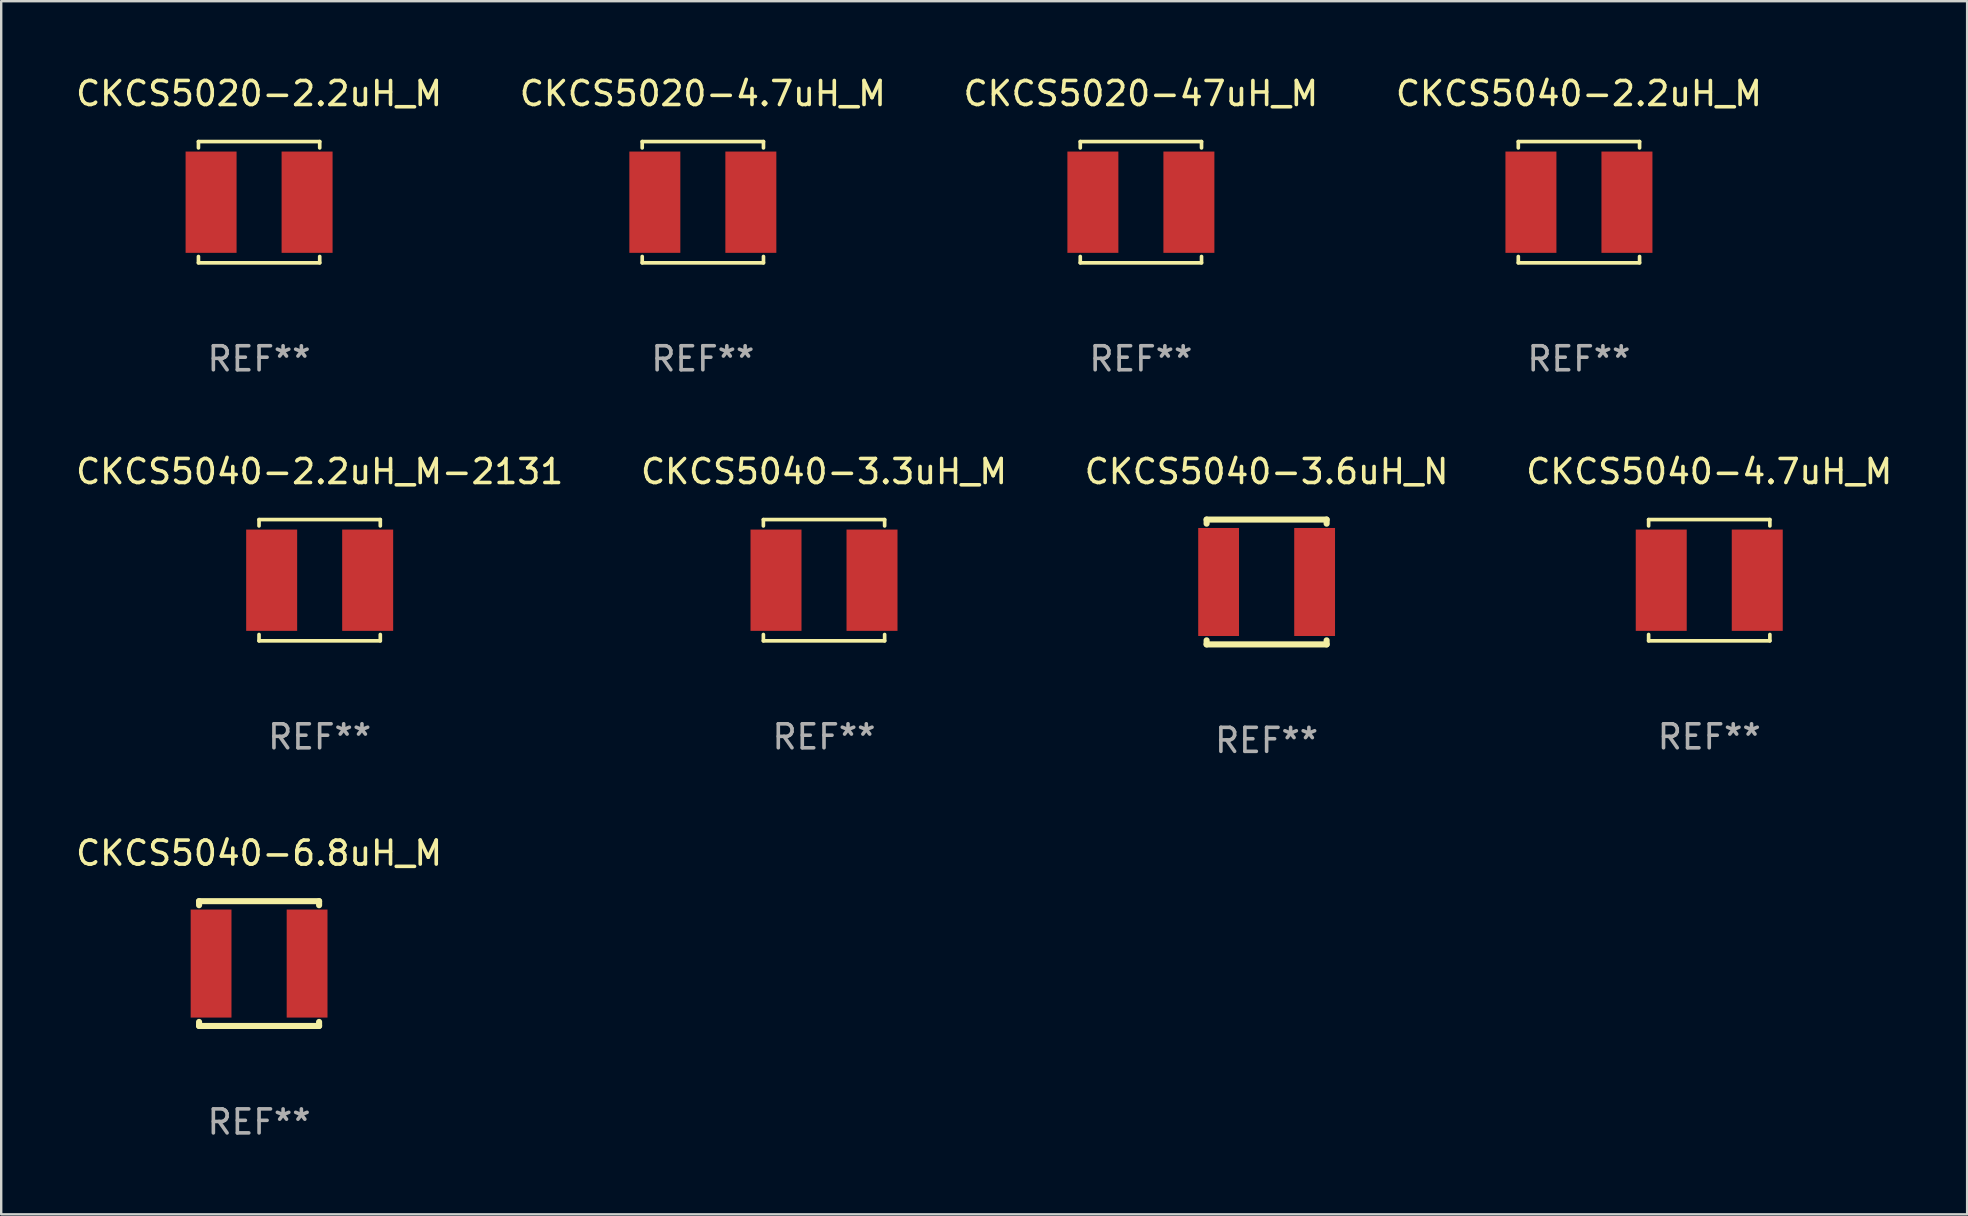
<source format=kicad_pcb>
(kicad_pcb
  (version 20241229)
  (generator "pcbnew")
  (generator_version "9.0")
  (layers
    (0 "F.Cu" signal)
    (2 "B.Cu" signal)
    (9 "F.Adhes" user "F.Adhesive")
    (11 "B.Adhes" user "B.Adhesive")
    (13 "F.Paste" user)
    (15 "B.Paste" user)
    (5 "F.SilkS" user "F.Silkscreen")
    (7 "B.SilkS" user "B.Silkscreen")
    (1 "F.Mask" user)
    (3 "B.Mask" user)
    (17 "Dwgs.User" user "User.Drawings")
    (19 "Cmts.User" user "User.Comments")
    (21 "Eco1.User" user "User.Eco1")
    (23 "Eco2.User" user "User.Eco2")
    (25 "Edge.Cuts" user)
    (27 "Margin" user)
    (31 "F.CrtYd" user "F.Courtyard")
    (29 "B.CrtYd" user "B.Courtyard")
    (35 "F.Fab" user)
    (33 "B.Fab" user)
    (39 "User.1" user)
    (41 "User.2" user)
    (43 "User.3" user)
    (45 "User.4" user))
  (footprint "CKCS5020-47uH_M"
    (layer "F.Cu")
    (at 44.482 5.374)
    (property "Reference" "CKCS5020-47uH_M" (at 0 -4.526 0) (layer "F.SilkS") (effects (font (size 1 1) (thickness 0.15))))
    (attr through_hole)
    (fp_line (start -2.526 -2.526) (end 2.526 -2.526) (stroke (width 0.152) (type solid)) (layer "F.SilkS"))
    (fp_line (start -2.526 -2.262) (end -2.526 -2.526) (stroke (width 0.152) (type solid)) (layer "F.SilkS"))
    (fp_line (start -2.526 2.262) (end -2.526 2.526) (stroke (width 0.152) (type solid)) (layer "F.SilkS"))
    (fp_line (start -2.526 2.526) (end 2.526 2.526) (stroke (width 0.152) (type solid)) (layer "F.SilkS"))
    (fp_line (start 2.526 -2.526) (end 2.526 -2.262) (stroke (width 0.152) (type solid)) (layer "F.SilkS"))
    (fp_line (start 2.526 2.526) (end 2.526 2.262) (stroke (width 0.152) (type solid)) (layer "F.SilkS"))
    (fp_circle (center 2.5 -2.5) (end 2.53 -2.5) (stroke (width 0.06) (type solid)) (fill no) (layer "F.SilkS"))
    (fp_text user "REF**" (at 0 6.526 0) (layer "F.Fab") (effects (font (size 1 1) (thickness 0.15))))
    (pad "1" smd rect (at 2 0) (size 2.124 4.22) (layers "F.Cu" "F.Mask" "F.Paste"))
    (pad "2" smd rect (at -2 0) (size 2.124 4.22) (layers "F.Cu" "F.Mask" "F.Paste")))
  (footprint "CKCS5040-2.2uH_M"
    (layer "F.Cu")
    (at 62.732 5.374)
    (property "Reference" "CKCS5040-2.2uH_M" (at 0 -4.526 0) (layer "F.SilkS") (effects (font (size 1 1) (thickness 0.15))))
    (attr through_hole)
    (fp_line (start -2.526 -2.526) (end 2.526 -2.526) (stroke (width 0.152) (type solid)) (layer "F.SilkS"))
    (fp_line (start -2.526 -2.262) (end -2.526 -2.526) (stroke (width 0.152) (type solid)) (layer "F.SilkS"))
    (fp_line (start -2.526 2.262) (end -2.526 2.526) (stroke (width 0.152) (type solid)) (layer "F.SilkS"))
    (fp_line (start -2.526 2.526) (end 2.526 2.526) (stroke (width 0.152) (type solid)) (layer "F.SilkS"))
    (fp_line (start 2.526 -2.526) (end 2.526 -2.262) (stroke (width 0.152) (type solid)) (layer "F.SilkS"))
    (fp_line (start 2.526 2.526) (end 2.526 2.262) (stroke (width 0.152) (type solid)) (layer "F.SilkS"))
    (fp_circle (center 2.5 -2.5) (end 2.53 -2.5) (stroke (width 0.06) (type solid)) (fill no) (layer "F.SilkS"))
    (fp_text user "REF**" (at 0 6.526 0) (layer "F.Fab") (effects (font (size 1 1) (thickness 0.15))))
    (pad "1" smd rect (at 2 0) (size 2.124 4.22) (layers "F.Cu" "F.Mask" "F.Paste"))
    (pad "2" smd rect (at -2 0) (size 2.124 4.22) (layers "F.Cu" "F.Mask" "F.Paste")))
  (footprint "CKCS5040-3.6uH_N"
    (layer "F.Cu")
    (at 49.72 21.197)
    (property "Reference" "CKCS5040-3.6uH_N" (at 0 -4.6 0) (layer "F.SilkS") (effects (font (size 1 1) (thickness 0.15))))
    (attr through_hole)
    (fp_line (start -2.5 -2.6) (end -2.5 -2.431) (stroke (width 0.254) (type solid)) (layer "F.SilkS"))
    (fp_line (start -2.5 -2.6) (end 2.5 -2.6) (stroke (width 0.254) (type solid)) (layer "F.SilkS"))
    (fp_line (start -2.5 2.431) (end -2.5 2.6) (stroke (width 0.254) (type solid)) (layer "F.SilkS"))
    (fp_line (start -2.5 2.6) (end 2.5 2.6) (stroke (width 0.254) (type solid)) (layer "F.SilkS"))
    (fp_line (start 2.5 -2.431) (end 2.5 -2.6) (stroke (width 0.254) (type solid)) (layer "F.SilkS"))
    (fp_line (start 2.5 2.6) (end 2.5 2.431) (stroke (width 0.254) (type solid)) (layer "F.SilkS"))
    (fp_circle (center -2.5 2.5) (end -2.47 2.5) (stroke (width 0.06) (type solid)) (fill no) (layer "F.SilkS"))
    (fp_text user "REF**" (at 0 6.6 0) (layer "F.Fab") (effects (font (size 1 1) (thickness 0.15))))
    (pad "1" smd rect (at -2 0) (size 1.7 4.5) (layers "F.Cu" "F.Mask" "F.Paste"))
    (pad "2" smd rect (at 2 0) (size 1.7 4.5) (layers "F.Cu" "F.Mask" "F.Paste")))
  (footprint "CKCS5040-6.8uH_M"
    (layer "F.Cu")
    (at 7.744 37.094)
    (property "Reference" "CKCS5040-6.8uH_M" (at 0 -4.6 0) (layer "F.SilkS") (effects (font (size 1 1) (thickness 0.15))))
    (attr through_hole)
    (fp_line (start -2.5 -2.6) (end -2.5 -2.431) (stroke (width 0.254) (type solid)) (layer "F.SilkS"))
    (fp_line (start -2.5 -2.6) (end 2.5 -2.6) (stroke (width 0.254) (type solid)) (layer "F.SilkS"))
    (fp_line (start -2.5 2.431) (end -2.5 2.6) (stroke (width 0.254) (type solid)) (layer "F.SilkS"))
    (fp_line (start -2.5 2.6) (end 2.5 2.6) (stroke (width 0.254) (type solid)) (layer "F.SilkS"))
    (fp_line (start 2.5 -2.431) (end 2.5 -2.6) (stroke (width 0.254) (type solid)) (layer "F.SilkS"))
    (fp_line (start 2.5 2.6) (end 2.5 2.431) (stroke (width 0.254) (type solid)) (layer "F.SilkS"))
    (fp_circle (center -2.5 2.5) (end -2.47 2.5) (stroke (width 0.06) (type solid)) (fill no) (layer "F.SilkS"))
    (fp_text user "REF**" (at 0 6.6 0) (layer "F.Fab") (effects (font (size 1 1) (thickness 0.15))))
    (pad "1" smd rect (at -2 0) (size 1.7 4.5) (layers "F.Cu" "F.Mask" "F.Paste"))
    (pad "2" smd rect (at 2 0) (size 1.7 4.5) (layers "F.Cu" "F.Mask" "F.Paste")))
  (footprint "CKCS5040-3.3uH_M"
    (layer "F.Cu")
    (at 31.28 21.123)
    (property "Reference" "CKCS5040-3.3uH_M" (at 0 -4.526 0) (layer "F.SilkS") (effects (font (size 1 1) (thickness 0.15))))
    (attr through_hole)
    (fp_line (start -2.526 -2.526) (end 2.526 -2.526) (stroke (width 0.152) (type solid)) (layer "F.SilkS"))
    (fp_line (start -2.526 -2.262) (end -2.526 -2.526) (stroke (width 0.152) (type solid)) (layer "F.SilkS"))
    (fp_line (start -2.526 2.262) (end -2.526 2.526) (stroke (width 0.152) (type solid)) (layer "F.SilkS"))
    (fp_line (start -2.526 2.526) (end 2.526 2.526) (stroke (width 0.152) (type solid)) (layer "F.SilkS"))
    (fp_line (start 2.526 -2.526) (end 2.526 -2.262) (stroke (width 0.152) (type solid)) (layer "F.SilkS"))
    (fp_line (start 2.526 2.526) (end 2.526 2.262) (stroke (width 0.152) (type solid)) (layer "F.SilkS"))
    (fp_circle (center 2.5 -2.5) (end 2.53 -2.5) (stroke (width 0.06) (type solid)) (fill no) (layer "F.SilkS"))
    (fp_text user "REF**" (at 0 6.526 0) (layer "F.Fab") (effects (font (size 1 1) (thickness 0.15))))
    (pad "1" smd rect (at 2 0) (size 2.124 4.22) (layers "F.Cu" "F.Mask" "F.Paste"))
    (pad "2" smd rect (at -2 0) (size 2.124 4.22) (layers "F.Cu" "F.Mask" "F.Paste")))
  (footprint "CKCS5020-2.2uH_M"
    (layer "F.Cu")
    (at 7.744 5.374)
    (property "Reference" "CKCS5020-2.2uH_M" (at 0 -4.526 0) (layer "F.SilkS") (effects (font (size 1 1) (thickness 0.15))))
    (attr through_hole)
    (fp_line (start -2.526 -2.526) (end 2.526 -2.526) (stroke (width 0.152) (type solid)) (layer "F.SilkS"))
    (fp_line (start -2.526 -2.262) (end -2.526 -2.526) (stroke (width 0.152) (type solid)) (layer "F.SilkS"))
    (fp_line (start -2.526 2.262) (end -2.526 2.526) (stroke (width 0.152) (type solid)) (layer "F.SilkS"))
    (fp_line (start -2.526 2.526) (end 2.526 2.526) (stroke (width 0.152) (type solid)) (layer "F.SilkS"))
    (fp_line (start 2.526 -2.526) (end 2.526 -2.262) (stroke (width 0.152) (type solid)) (layer "F.SilkS"))
    (fp_line (start 2.526 2.526) (end 2.526 2.262) (stroke (width 0.152) (type solid)) (layer "F.SilkS"))
    (fp_circle (center 2.5 -2.5) (end 2.53 -2.5) (stroke (width 0.06) (type solid)) (fill no) (layer "F.SilkS"))
    (fp_text user "REF**" (at 0 6.526 0) (layer "F.Fab") (effects (font (size 1 1) (thickness 0.15))))
    (pad "1" smd rect (at 2 0) (size 2.124 4.22) (layers "F.Cu" "F.Mask" "F.Paste"))
    (pad "2" smd rect (at -2 0) (size 2.124 4.22) (layers "F.Cu" "F.Mask" "F.Paste")))
  (footprint "CKCS5040-2.2uH_M-2131"
    (layer "F.Cu")
    (at 10.268 21.123)
    (property "Reference" "CKCS5040-2.2uH_M-2131" (at 0 -4.526 0) (layer "F.SilkS") (effects (font (size 1 1) (thickness 0.15))))
    (attr through_hole)
    (fp_line (start -2.526 -2.526) (end 2.526 -2.526) (stroke (width 0.152) (type solid)) (layer "F.SilkS"))
    (fp_line (start -2.526 -2.262) (end -2.526 -2.526) (stroke (width 0.152) (type solid)) (layer "F.SilkS"))
    (fp_line (start -2.526 2.262) (end -2.526 2.526) (stroke (width 0.152) (type solid)) (layer "F.SilkS"))
    (fp_line (start -2.526 2.526) (end 2.526 2.526) (stroke (width 0.152) (type solid)) (layer "F.SilkS"))
    (fp_line (start 2.526 -2.526) (end 2.526 -2.262) (stroke (width 0.152) (type solid)) (layer "F.SilkS"))
    (fp_line (start 2.526 2.526) (end 2.526 2.262) (stroke (width 0.152) (type solid)) (layer "F.SilkS"))
    (fp_circle (center 2.5 -2.5) (end 2.53 -2.5) (stroke (width 0.06) (type solid)) (fill no) (layer "F.SilkS"))
    (fp_text user "REF**" (at 0 6.526 0) (layer "F.Fab") (effects (font (size 1 1) (thickness 0.15))))
    (pad "1" smd rect (at 2 0) (size 2.124 4.22) (layers "F.Cu" "F.Mask" "F.Paste"))
    (pad "2" smd rect (at -2 0) (size 2.124 4.22) (layers "F.Cu" "F.Mask" "F.Paste")))
  (footprint "CKCS5020-4.7uH_M"
    (layer "F.Cu")
    (at 26.232 5.374)
    (property "Reference" "CKCS5020-4.7uH_M" (at 0 -4.526 0) (layer "F.SilkS") (effects (font (size 1 1) (thickness 0.15))))
    (attr through_hole)
    (fp_line (start -2.526 -2.526) (end 2.526 -2.526) (stroke (width 0.152) (type solid)) (layer "F.SilkS"))
    (fp_line (start -2.526 -2.262) (end -2.526 -2.526) (stroke (width 0.152) (type solid)) (layer "F.SilkS"))
    (fp_line (start -2.526 2.262) (end -2.526 2.526) (stroke (width 0.152) (type solid)) (layer "F.SilkS"))
    (fp_line (start -2.526 2.526) (end 2.526 2.526) (stroke (width 0.152) (type solid)) (layer "F.SilkS"))
    (fp_line (start 2.526 -2.526) (end 2.526 -2.262) (stroke (width 0.152) (type solid)) (layer "F.SilkS"))
    (fp_line (start 2.526 2.526) (end 2.526 2.262) (stroke (width 0.152) (type solid)) (layer "F.SilkS"))
    (fp_circle (center 2.5 -2.5) (end 2.53 -2.5) (stroke (width 0.06) (type solid)) (fill no) (layer "F.SilkS"))
    (fp_text user "REF**" (at 0 6.526 0) (layer "F.Fab") (effects (font (size 1 1) (thickness 0.15))))
    (pad "1" smd rect (at 2 0) (size 2.124 4.22) (layers "F.Cu" "F.Mask" "F.Paste"))
    (pad "2" smd rect (at -2 0) (size 2.124 4.22) (layers "F.Cu" "F.Mask" "F.Paste")))
  (footprint "CKCS5040-4.7uH_M"
    (layer "F.Cu")
    (at 68.161 21.123)
    (property "Reference" "CKCS5040-4.7uH_M" (at 0 -4.526 0) (layer "F.SilkS") (effects (font (size 1 1) (thickness 0.15))))
    (attr through_hole)
    (fp_line (start -2.526 -2.526) (end 2.526 -2.526) (stroke (width 0.152) (type solid)) (layer "F.SilkS"))
    (fp_line (start -2.526 -2.262) (end -2.526 -2.526) (stroke (width 0.152) (type solid)) (layer "F.SilkS"))
    (fp_line (start -2.526 2.262) (end -2.526 2.526) (stroke (width 0.152) (type solid)) (layer "F.SilkS"))
    (fp_line (start -2.526 2.526) (end 2.526 2.526) (stroke (width 0.152) (type solid)) (layer "F.SilkS"))
    (fp_line (start 2.526 -2.526) (end 2.526 -2.262) (stroke (width 0.152) (type solid)) (layer "F.SilkS"))
    (fp_line (start 2.526 2.526) (end 2.526 2.262) (stroke (width 0.152) (type solid)) (layer "F.SilkS"))
    (fp_circle (center 2.5 -2.5) (end 2.53 -2.5) (stroke (width 0.06) (type solid)) (fill no) (layer "F.SilkS"))
    (fp_text user "REF**" (at 0 6.526 0) (layer "F.Fab") (effects (font (size 1 1) (thickness 0.15))))
    (pad "1" smd rect (at 2 0) (size 2.124 4.22) (layers "F.Cu" "F.Mask" "F.Paste"))
    (pad "2" smd rect (at -2 0) (size 2.124 4.22) (layers "F.Cu" "F.Mask" "F.Paste")))
  (gr_rect
    (start -3 -3)
    (end 78.905 47.542)
    (stroke (width 0.1) (type default))
    (fill no)
    (layer "Edge.Cuts")))
</source>
